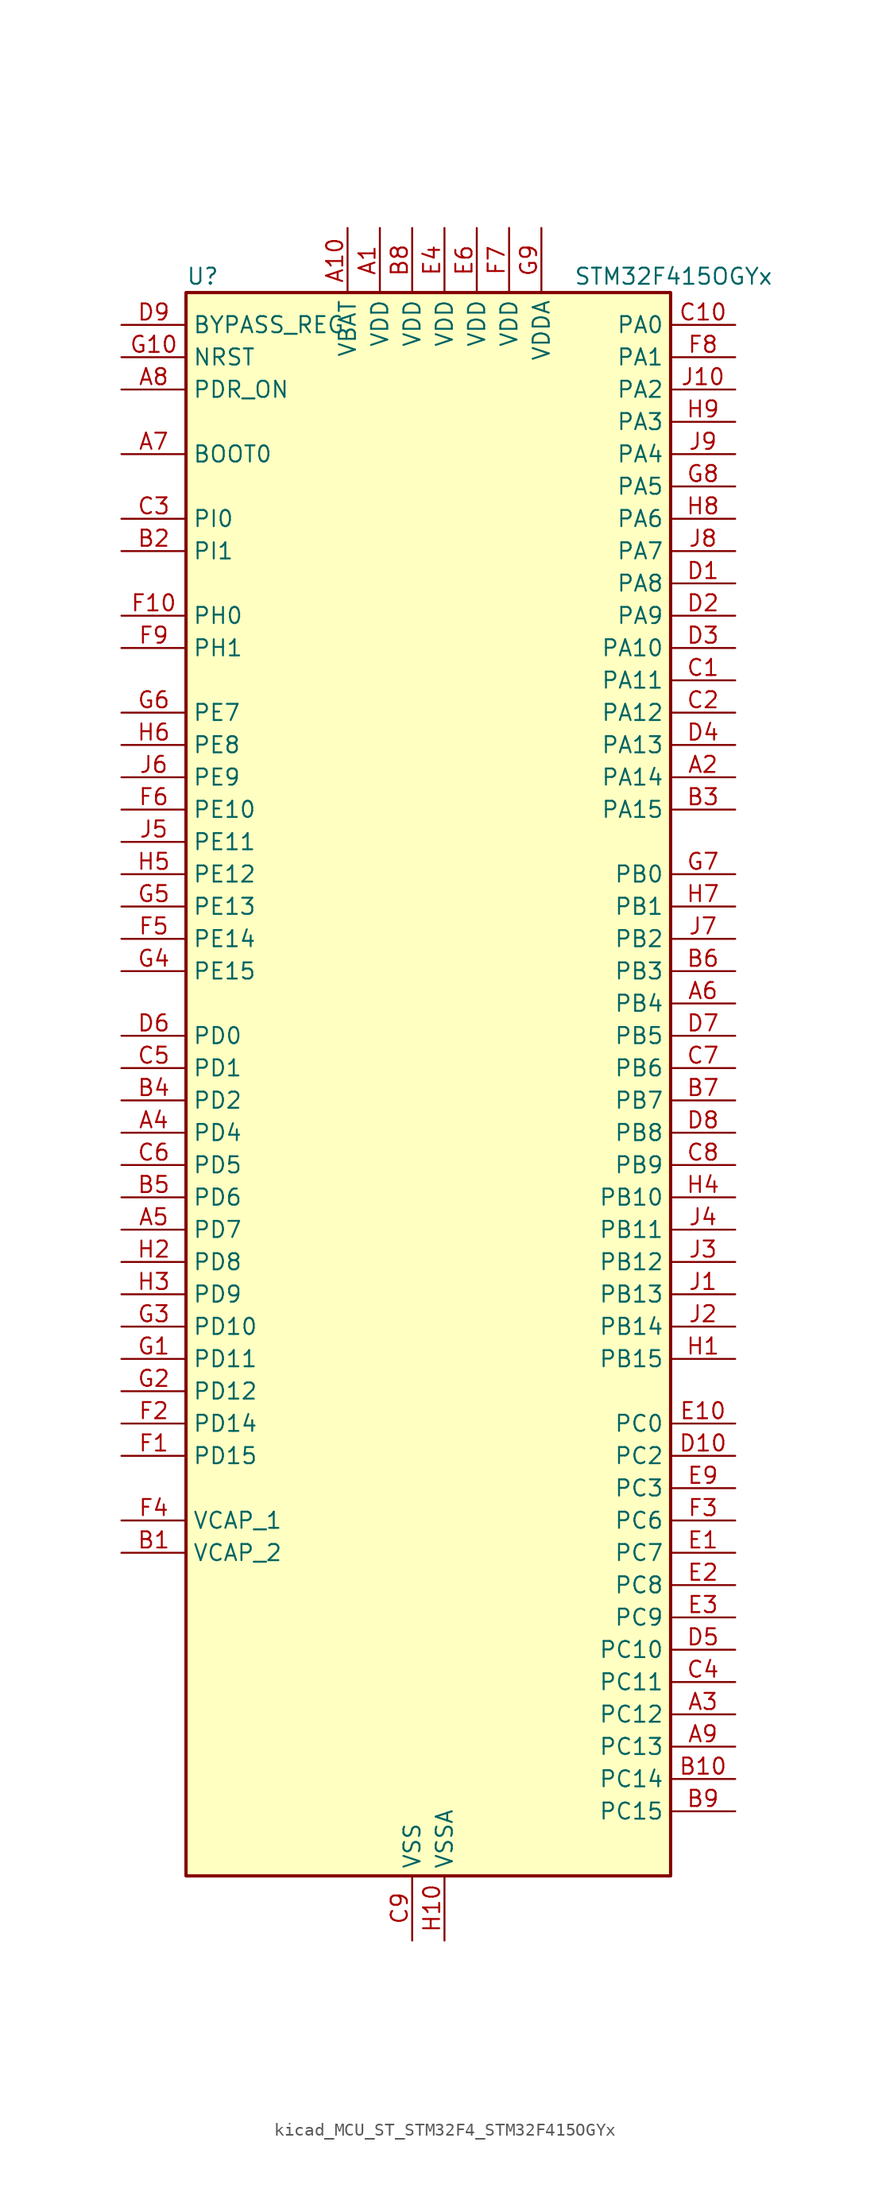
<source format=kicad_sym>
(kicad_symbol_lib
  (version 20220914)
  (generator kicad_symbol_editor)
  (symbol "kicad_MCU_ST_STM32F4_STM32F415OGYx"
    (property "Reference" "U"
      (at -17.78 64.77 0)
      (effects (font (size 1.27 1.27)) (justify left)))
    (property "Value" "STM32F415OGYx"
      (at 12.7 64.77 0)
      (effects (font (size 1.27 1.27)) (justify left)))
    (property "ki_locked" ""
      (at 0 0 0)
      (effects (font (size 1.27 1.27))))
    (symbol "kicad_MCU_ST_STM32F4_STM32F415OGYx_0_1"
      (rectangle (start -17.78 -60.96) (end 20.32 63.5) (stroke (width 0.254) (type default)) (fill (type background))))
    (symbol "kicad_MCU_ST_STM32F4_STM32F415OGYx_1_1"
      (pin power_in line (at -2.54 68.58 270) (length 5.08) (name "VDD" (effects (font (size 1.27 1.27)))) (number "A1" (effects (font (size 1.27 1.27)))))
      (pin power_in line (at -5.08 68.58 270) (length 5.08) (name "VBAT" (effects (font (size 1.27 1.27)))) (number "A10" (effects (font (size 1.27 1.27)))))
      (pin bidirectional line (at 25.4 25.4 180) (length 5.08) (name "PA14" (effects (font (size 1.27 1.27)))) (number "A2" (effects (font (size 1.27 1.27)))) (alternate "SYS_JTCK-SWCLK" bidirectional line))
      (pin bidirectional line (at 25.4 -48.26 180) (length 5.08) (name "PC12" (effects (font (size 1.27 1.27)))) (number "A3" (effects (font (size 1.27 1.27)))) (alternate "I2S3_SD" bidirectional line) (alternate "SDIO_CK" bidirectional line) (alternate "SPI3_MOSI" bidirectional line) (alternate "UART5_TX" bidirectional line) (alternate "USART3_CK" bidirectional line))
      (pin bidirectional line (at -22.86 -2.54 0) (length 5.08) (name "PD4" (effects (font (size 1.27 1.27)))) (number "A4" (effects (font (size 1.27 1.27)))) (alternate "FSMC_NOE" bidirectional line) (alternate "USART2_RTS" bidirectional line))
      (pin bidirectional line (at -22.86 -10.16 0) (length 5.08) (name "PD7" (effects (font (size 1.27 1.27)))) (number "A5" (effects (font (size 1.27 1.27)))) (alternate "FSMC_NCE2" bidirectional line) (alternate "FSMC_NE1" bidirectional line) (alternate "USART2_CK" bidirectional line))
      (pin bidirectional line (at 25.4 7.62 180) (length 5.08) (name "PB4" (effects (font (size 1.27 1.27)))) (number "A6" (effects (font (size 1.27 1.27)))) (alternate "I2S3_ext_SD" bidirectional line) (alternate "SPI1_MISO" bidirectional line) (alternate "SPI3_MISO" bidirectional line) (alternate "SYS_JTRST" bidirectional line) (alternate "TIM3_CH1" bidirectional line))
      (pin input line (at -22.86 50.8 0) (length 5.08) (name "BOOT0" (effects (font (size 1.27 1.27)))) (number "A7" (effects (font (size 1.27 1.27)))))
      (pin input line (at -22.86 55.88 0) (length 5.08) (name "PDR_ON" (effects (font (size 1.27 1.27)))) (number "A8" (effects (font (size 1.27 1.27)))))
      (pin bidirectional line (at 25.4 -50.8 180) (length 5.08) (name "PC13" (effects (font (size 1.27 1.27)))) (number "A9" (effects (font (size 1.27 1.27)))) (alternate "RTC_AF1" bidirectional line))
      (pin power_out line (at -22.86 -35.56 0) (length 5.08) (name "VCAP_2" (effects (font (size 1.27 1.27)))) (number "B1" (effects (font (size 1.27 1.27)))))
      (pin bidirectional line (at 25.4 -53.34 180) (length 5.08) (name "PC14" (effects (font (size 1.27 1.27)))) (number "B10" (effects (font (size 1.27 1.27)))) (alternate "RCC_OSC32_IN" bidirectional line))
      (pin bidirectional line (at -22.86 43.18 0) (length 5.08) (name "PI1" (effects (font (size 1.27 1.27)))) (number "B2" (effects (font (size 1.27 1.27)))) (alternate "I2S2_CK" bidirectional line) (alternate "SPI2_SCK" bidirectional line))
      (pin bidirectional line (at 25.4 22.86 180) (length 5.08) (name "PA15" (effects (font (size 1.27 1.27)))) (number "B3" (effects (font (size 1.27 1.27)))) (alternate "ADC1_EXTI15" bidirectional line) (alternate "ADC2_EXTI15" bidirectional line) (alternate "ADC3_EXTI15" bidirectional line) (alternate "I2S3_WS" bidirectional line) (alternate "SPI1_NSS" bidirectional line) (alternate "SPI3_NSS" bidirectional line) (alternate "SYS_JTDI" bidirectional line) (alternate "TIM2_CH1" bidirectional line) (alternate "TIM2_ETR" bidirectional line))
      (pin bidirectional line (at -22.86 0 0) (length 5.08) (name "PD2" (effects (font (size 1.27 1.27)))) (number "B4" (effects (font (size 1.27 1.27)))) (alternate "SDIO_CMD" bidirectional line) (alternate "TIM3_ETR" bidirectional line) (alternate "UART5_RX" bidirectional line))
      (pin bidirectional line (at -22.86 -7.62 0) (length 5.08) (name "PD6" (effects (font (size 1.27 1.27)))) (number "B5" (effects (font (size 1.27 1.27)))) (alternate "FSMC_NWAIT" bidirectional line) (alternate "USART2_RX" bidirectional line))
      (pin bidirectional line (at 25.4 10.16 180) (length 5.08) (name "PB3" (effects (font (size 1.27 1.27)))) (number "B6" (effects (font (size 1.27 1.27)))) (alternate "I2S3_CK" bidirectional line) (alternate "SPI1_SCK" bidirectional line) (alternate "SPI3_SCK" bidirectional line) (alternate "SYS_JTDO-SWO" bidirectional line) (alternate "TIM2_CH2" bidirectional line))
      (pin bidirectional line (at 25.4 0 180) (length 5.08) (name "PB7" (effects (font (size 1.27 1.27)))) (number "B7" (effects (font (size 1.27 1.27)))) (alternate "FSMC_NL" bidirectional line) (alternate "I2C1_SDA" bidirectional line) (alternate "TIM4_CH2" bidirectional line) (alternate "USART1_RX" bidirectional line))
      (pin power_in line (at 0 68.58 270) (length 5.08) (name "VDD" (effects (font (size 1.27 1.27)))) (number "B8" (effects (font (size 1.27 1.27)))))
      (pin bidirectional line (at 25.4 -55.88 180) (length 5.08) (name "PC15" (effects (font (size 1.27 1.27)))) (number "B9" (effects (font (size 1.27 1.27)))) (alternate "ADC1_EXTI15" bidirectional line) (alternate "ADC2_EXTI15" bidirectional line) (alternate "ADC3_EXTI15" bidirectional line) (alternate "RCC_OSC32_OUT" bidirectional line))
      (pin bidirectional line (at 25.4 33.02 180) (length 5.08) (name "PA11" (effects (font (size 1.27 1.27)))) (number "C1" (effects (font (size 1.27 1.27)))) (alternate "ADC1_EXTI11" bidirectional line) (alternate "ADC2_EXTI11" bidirectional line) (alternate "ADC3_EXTI11" bidirectional line) (alternate "CAN1_RX" bidirectional line) (alternate "TIM1_CH4" bidirectional line) (alternate "USART1_CTS" bidirectional line) (alternate "USB_OTG_FS_DM" bidirectional line))
      (pin bidirectional line (at 25.4 60.96 180) (length 5.08) (name "PA0" (effects (font (size 1.27 1.27)))) (number "C10" (effects (font (size 1.27 1.27)))) (alternate "ADC1_IN0" bidirectional line) (alternate "ADC2_IN0" bidirectional line) (alternate "ADC3_IN0" bidirectional line) (alternate "SYS_WKUP" bidirectional line) (alternate "TIM2_CH1" bidirectional line) (alternate "TIM2_ETR" bidirectional line) (alternate "TIM5_CH1" bidirectional line) (alternate "TIM8_ETR" bidirectional line) (alternate "UART4_TX" bidirectional line) (alternate "USART2_CTS" bidirectional line))
      (pin bidirectional line (at 25.4 30.48 180) (length 5.08) (name "PA12" (effects (font (size 1.27 1.27)))) (number "C2" (effects (font (size 1.27 1.27)))) (alternate "CAN1_TX" bidirectional line) (alternate "TIM1_ETR" bidirectional line) (alternate "USART1_RTS" bidirectional line) (alternate "USB_OTG_FS_DP" bidirectional line))
      (pin bidirectional line (at -22.86 45.72 0) (length 5.08) (name "PI0" (effects (font (size 1.27 1.27)))) (number "C3" (effects (font (size 1.27 1.27)))) (alternate "I2S2_WS" bidirectional line) (alternate "SPI2_NSS" bidirectional line) (alternate "TIM5_CH4" bidirectional line))
      (pin bidirectional line (at 25.4 -45.72 180) (length 5.08) (name "PC11" (effects (font (size 1.27 1.27)))) (number "C4" (effects (font (size 1.27 1.27)))) (alternate "ADC1_EXTI11" bidirectional line) (alternate "ADC2_EXTI11" bidirectional line) (alternate "ADC3_EXTI11" bidirectional line) (alternate "I2S3_ext_SD" bidirectional line) (alternate "SDIO_D3" bidirectional line) (alternate "SPI3_MISO" bidirectional line) (alternate "UART4_RX" bidirectional line) (alternate "USART3_RX" bidirectional line))
      (pin bidirectional line (at -22.86 2.54 0) (length 5.08) (name "PD1" (effects (font (size 1.27 1.27)))) (number "C5" (effects (font (size 1.27 1.27)))) (alternate "CAN1_TX" bidirectional line) (alternate "FSMC_D3" bidirectional line) (alternate "FSMC_DA3" bidirectional line))
      (pin bidirectional line (at -22.86 -5.08 0) (length 5.08) (name "PD5" (effects (font (size 1.27 1.27)))) (number "C6" (effects (font (size 1.27 1.27)))) (alternate "FSMC_NWE" bidirectional line) (alternate "USART2_TX" bidirectional line))
      (pin bidirectional line (at 25.4 2.54 180) (length 5.08) (name "PB6" (effects (font (size 1.27 1.27)))) (number "C7" (effects (font (size 1.27 1.27)))) (alternate "CAN2_TX" bidirectional line) (alternate "I2C1_SCL" bidirectional line) (alternate "TIM4_CH1" bidirectional line) (alternate "USART1_TX" bidirectional line))
      (pin bidirectional line (at 25.4 -5.08 180) (length 5.08) (name "PB9" (effects (font (size 1.27 1.27)))) (number "C8" (effects (font (size 1.27 1.27)))) (alternate "CAN1_TX" bidirectional line) (alternate "DAC_EXTI9" bidirectional line) (alternate "I2C1_SDA" bidirectional line) (alternate "I2S2_WS" bidirectional line) (alternate "SDIO_D5" bidirectional line) (alternate "SPI2_NSS" bidirectional line) (alternate "TIM11_CH1" bidirectional line) (alternate "TIM4_CH4" bidirectional line))
      (pin power_in line (at 0 -66.04 90) (length 5.08) (name "VSS" (effects (font (size 1.27 1.27)))) (number "C9" (effects (font (size 1.27 1.27)))))
      (pin bidirectional line (at 25.4 40.64 180) (length 5.08) (name "PA8" (effects (font (size 1.27 1.27)))) (number "D1" (effects (font (size 1.27 1.27)))) (alternate "I2C3_SCL" bidirectional line) (alternate "RCC_MCO_1" bidirectional line) (alternate "TIM1_CH1" bidirectional line) (alternate "USART1_CK" bidirectional line) (alternate "USB_OTG_FS_SOF" bidirectional line))
      (pin bidirectional line (at 25.4 -27.94 180) (length 5.08) (name "PC2" (effects (font (size 1.27 1.27)))) (number "D10" (effects (font (size 1.27 1.27)))) (alternate "ADC1_IN12" bidirectional line) (alternate "ADC2_IN12" bidirectional line) (alternate "ADC3_IN12" bidirectional line) (alternate "I2S2_ext_SD" bidirectional line) (alternate "SPI2_MISO" bidirectional line) (alternate "USB_OTG_HS_ULPI_DIR" bidirectional line))
      (pin bidirectional line (at 25.4 38.1 180) (length 5.08) (name "PA9" (effects (font (size 1.27 1.27)))) (number "D2" (effects (font (size 1.27 1.27)))) (alternate "DAC_EXTI9" bidirectional line) (alternate "I2C3_SMBA" bidirectional line) (alternate "TIM1_CH2" bidirectional line) (alternate "USART1_TX" bidirectional line) (alternate "USB_OTG_FS_VBUS" bidirectional line))
      (pin bidirectional line (at 25.4 35.56 180) (length 5.08) (name "PA10" (effects (font (size 1.27 1.27)))) (number "D3" (effects (font (size 1.27 1.27)))) (alternate "TIM1_CH3" bidirectional line) (alternate "USART1_RX" bidirectional line) (alternate "USB_OTG_FS_ID" bidirectional line))
      (pin bidirectional line (at 25.4 27.94 180) (length 5.08) (name "PA13" (effects (font (size 1.27 1.27)))) (number "D4" (effects (font (size 1.27 1.27)))) (alternate "SYS_JTMS-SWDIO" bidirectional line))
      (pin bidirectional line (at 25.4 -43.18 180) (length 5.08) (name "PC10" (effects (font (size 1.27 1.27)))) (number "D5" (effects (font (size 1.27 1.27)))) (alternate "I2S3_CK" bidirectional line) (alternate "SDIO_D2" bidirectional line) (alternate "SPI3_SCK" bidirectional line) (alternate "UART4_TX" bidirectional line) (alternate "USART3_TX" bidirectional line))
      (pin bidirectional line (at -22.86 5.08 0) (length 5.08) (name "PD0" (effects (font (size 1.27 1.27)))) (number "D6" (effects (font (size 1.27 1.27)))) (alternate "CAN1_RX" bidirectional line) (alternate "FSMC_D2" bidirectional line) (alternate "FSMC_DA2" bidirectional line))
      (pin bidirectional line (at 25.4 5.08 180) (length 5.08) (name "PB5" (effects (font (size 1.27 1.27)))) (number "D7" (effects (font (size 1.27 1.27)))) (alternate "CAN2_RX" bidirectional line) (alternate "I2C1_SMBA" bidirectional line) (alternate "I2S3_SD" bidirectional line) (alternate "SPI1_MOSI" bidirectional line) (alternate "SPI3_MOSI" bidirectional line) (alternate "TIM3_CH2" bidirectional line) (alternate "USB_OTG_HS_ULPI_D7" bidirectional line))
      (pin bidirectional line (at 25.4 -2.54 180) (length 5.08) (name "PB8" (effects (font (size 1.27 1.27)))) (number "D8" (effects (font (size 1.27 1.27)))) (alternate "CAN1_RX" bidirectional line) (alternate "I2C1_SCL" bidirectional line) (alternate "SDIO_D4" bidirectional line) (alternate "TIM10_CH1" bidirectional line) (alternate "TIM4_CH3" bidirectional line))
      (pin input line (at -22.86 60.96 0) (length 5.08) (name "BYPASS_REG" (effects (font (size 1.27 1.27)))) (number "D9" (effects (font (size 1.27 1.27)))))
      (pin bidirectional line (at 25.4 -35.56 180) (length 5.08) (name "PC7" (effects (font (size 1.27 1.27)))) (number "E1" (effects (font (size 1.27 1.27)))) (alternate "I2S3_MCK" bidirectional line) (alternate "SDIO_D7" bidirectional line) (alternate "TIM3_CH2" bidirectional line) (alternate "TIM8_CH2" bidirectional line) (alternate "USART6_RX" bidirectional line))
      (pin bidirectional line (at 25.4 -25.4 180) (length 5.08) (name "PC0" (effects (font (size 1.27 1.27)))) (number "E10" (effects (font (size 1.27 1.27)))) (alternate "ADC1_IN10" bidirectional line) (alternate "ADC2_IN10" bidirectional line) (alternate "ADC3_IN10" bidirectional line) (alternate "USB_OTG_HS_ULPI_STP" bidirectional line))
      (pin bidirectional line (at 25.4 -38.1 180) (length 5.08) (name "PC8" (effects (font (size 1.27 1.27)))) (number "E2" (effects (font (size 1.27 1.27)))) (alternate "SDIO_D0" bidirectional line) (alternate "TIM3_CH3" bidirectional line) (alternate "TIM8_CH3" bidirectional line) (alternate "USART6_CK" bidirectional line))
      (pin bidirectional line (at 25.4 -40.64 180) (length 5.08) (name "PC9" (effects (font (size 1.27 1.27)))) (number "E3" (effects (font (size 1.27 1.27)))) (alternate "DAC_EXTI9" bidirectional line) (alternate "I2C3_SDA" bidirectional line) (alternate "I2S_CKIN" bidirectional line) (alternate "RCC_MCO_2" bidirectional line) (alternate "SDIO_D1" bidirectional line) (alternate "TIM3_CH4" bidirectional line) (alternate "TIM8_CH4" bidirectional line))
      (pin power_in line (at 2.54 68.58 270) (length 5.08) (name "VDD" (effects (font (size 1.27 1.27)))) (number "E4" (effects (font (size 1.27 1.27)))))
      (pin passive line (at 0 -66.04 90) (length 5.08) hide (name "VSS" (effects (font (size 1.27 1.27)))) (number "E5" (effects (font (size 1.27 1.27)))))
      (pin power_in line (at 5.08 68.58 270) (length 5.08) (name "VDD" (effects (font (size 1.27 1.27)))) (number "E6" (effects (font (size 1.27 1.27)))))
      (pin passive line (at 0 -66.04 90) (length 5.08) hide (name "VSS" (effects (font (size 1.27 1.27)))) (number "E7" (effects (font (size 1.27 1.27)))))
      (pin passive line (at 0 -66.04 90) (length 5.08) hide (name "VSS" (effects (font (size 1.27 1.27)))) (number "E8" (effects (font (size 1.27 1.27)))))
      (pin bidirectional line (at 25.4 -30.48 180) (length 5.08) (name "PC3" (effects (font (size 1.27 1.27)))) (number "E9" (effects (font (size 1.27 1.27)))) (alternate "ADC1_IN13" bidirectional line) (alternate "ADC2_IN13" bidirectional line) (alternate "ADC3_IN13" bidirectional line) (alternate "I2S2_SD" bidirectional line) (alternate "SPI2_MOSI" bidirectional line) (alternate "USB_OTG_HS_ULPI_NXT" bidirectional line))
      (pin bidirectional line (at -22.86 -27.94 0) (length 5.08) (name "PD15" (effects (font (size 1.27 1.27)))) (number "F1" (effects (font (size 1.27 1.27)))) (alternate "ADC1_EXTI15" bidirectional line) (alternate "ADC2_EXTI15" bidirectional line) (alternate "ADC3_EXTI15" bidirectional line) (alternate "FSMC_D1" bidirectional line) (alternate "FSMC_DA1" bidirectional line) (alternate "TIM4_CH4" bidirectional line))
      (pin bidirectional line (at -22.86 38.1 0) (length 5.08) (name "PH0" (effects (font (size 1.27 1.27)))) (number "F10" (effects (font (size 1.27 1.27)))) (alternate "RCC_OSC_IN" bidirectional line))
      (pin bidirectional line (at -22.86 -25.4 0) (length 5.08) (name "PD14" (effects (font (size 1.27 1.27)))) (number "F2" (effects (font (size 1.27 1.27)))) (alternate "FSMC_D0" bidirectional line) (alternate "FSMC_DA0" bidirectional line) (alternate "TIM4_CH3" bidirectional line))
      (pin bidirectional line (at 25.4 -33.02 180) (length 5.08) (name "PC6" (effects (font (size 1.27 1.27)))) (number "F3" (effects (font (size 1.27 1.27)))) (alternate "I2S2_MCK" bidirectional line) (alternate "SDIO_D6" bidirectional line) (alternate "TIM3_CH1" bidirectional line) (alternate "TIM8_CH1" bidirectional line) (alternate "USART6_TX" bidirectional line))
      (pin power_out line (at -22.86 -33.02 0) (length 5.08) (name "VCAP_1" (effects (font (size 1.27 1.27)))) (number "F4" (effects (font (size 1.27 1.27)))))
      (pin bidirectional line (at -22.86 12.7 0) (length 5.08) (name "PE14" (effects (font (size 1.27 1.27)))) (number "F5" (effects (font (size 1.27 1.27)))) (alternate "FSMC_D11" bidirectional line) (alternate "FSMC_DA11" bidirectional line) (alternate "TIM1_CH4" bidirectional line))
      (pin bidirectional line (at -22.86 22.86 0) (length 5.08) (name "PE10" (effects (font (size 1.27 1.27)))) (number "F6" (effects (font (size 1.27 1.27)))) (alternate "FSMC_D7" bidirectional line) (alternate "FSMC_DA7" bidirectional line) (alternate "TIM1_CH2N" bidirectional line))
      (pin power_in line (at 7.62 68.58 270) (length 5.08) (name "VDD" (effects (font (size 1.27 1.27)))) (number "F7" (effects (font (size 1.27 1.27)))))
      (pin bidirectional line (at 25.4 58.42 180) (length 5.08) (name "PA1" (effects (font (size 1.27 1.27)))) (number "F8" (effects (font (size 1.27 1.27)))) (alternate "ADC1_IN1" bidirectional line) (alternate "ADC2_IN1" bidirectional line) (alternate "ADC3_IN1" bidirectional line) (alternate "TIM2_CH2" bidirectional line) (alternate "TIM5_CH2" bidirectional line) (alternate "UART4_RX" bidirectional line) (alternate "USART2_RTS" bidirectional line))
      (pin bidirectional line (at -22.86 35.56 0) (length 5.08) (name "PH1" (effects (font (size 1.27 1.27)))) (number "F9" (effects (font (size 1.27 1.27)))) (alternate "RCC_OSC_OUT" bidirectional line))
      (pin bidirectional line (at -22.86 -20.32 0) (length 5.08) (name "PD11" (effects (font (size 1.27 1.27)))) (number "G1" (effects (font (size 1.27 1.27)))) (alternate "ADC1_EXTI11" bidirectional line) (alternate "ADC2_EXTI11" bidirectional line) (alternate "ADC3_EXTI11" bidirectional line) (alternate "FSMC_A16" bidirectional line) (alternate "FSMC_CLE" bidirectional line) (alternate "USART3_CTS" bidirectional line))
      (pin input line (at -22.86 58.42 0) (length 5.08) (name "NRST" (effects (font (size 1.27 1.27)))) (number "G10" (effects (font (size 1.27 1.27)))))
      (pin bidirectional line (at -22.86 -22.86 0) (length 5.08) (name "PD12" (effects (font (size 1.27 1.27)))) (number "G2" (effects (font (size 1.27 1.27)))) (alternate "FSMC_A17" bidirectional line) (alternate "FSMC_ALE" bidirectional line) (alternate "TIM4_CH1" bidirectional line) (alternate "USART3_RTS" bidirectional line))
      (pin bidirectional line (at -22.86 -17.78 0) (length 5.08) (name "PD10" (effects (font (size 1.27 1.27)))) (number "G3" (effects (font (size 1.27 1.27)))) (alternate "FSMC_D15" bidirectional line) (alternate "FSMC_DA15" bidirectional line) (alternate "USART3_CK" bidirectional line))
      (pin bidirectional line (at -22.86 10.16 0) (length 5.08) (name "PE15" (effects (font (size 1.27 1.27)))) (number "G4" (effects (font (size 1.27 1.27)))) (alternate "ADC1_EXTI15" bidirectional line) (alternate "ADC2_EXTI15" bidirectional line) (alternate "ADC3_EXTI15" bidirectional line) (alternate "FSMC_D12" bidirectional line) (alternate "FSMC_DA12" bidirectional line) (alternate "TIM1_BKIN" bidirectional line))
      (pin bidirectional line (at -22.86 15.24 0) (length 5.08) (name "PE13" (effects (font (size 1.27 1.27)))) (number "G5" (effects (font (size 1.27 1.27)))) (alternate "FSMC_D10" bidirectional line) (alternate "FSMC_DA10" bidirectional line) (alternate "TIM1_CH3" bidirectional line))
      (pin bidirectional line (at -22.86 30.48 0) (length 5.08) (name "PE7" (effects (font (size 1.27 1.27)))) (number "G6" (effects (font (size 1.27 1.27)))) (alternate "FSMC_D4" bidirectional line) (alternate "FSMC_DA4" bidirectional line) (alternate "TIM1_ETR" bidirectional line))
      (pin bidirectional line (at 25.4 17.78 180) (length 5.08) (name "PB0" (effects (font (size 1.27 1.27)))) (number "G7" (effects (font (size 1.27 1.27)))) (alternate "ADC1_IN8" bidirectional line) (alternate "ADC2_IN8" bidirectional line) (alternate "TIM1_CH2N" bidirectional line) (alternate "TIM3_CH3" bidirectional line) (alternate "TIM8_CH2N" bidirectional line) (alternate "USB_OTG_HS_ULPI_D1" bidirectional line))
      (pin bidirectional line (at 25.4 48.26 180) (length 5.08) (name "PA5" (effects (font (size 1.27 1.27)))) (number "G8" (effects (font (size 1.27 1.27)))) (alternate "ADC1_IN5" bidirectional line) (alternate "ADC2_IN5" bidirectional line) (alternate "DAC_OUT2" bidirectional line) (alternate "SPI1_SCK" bidirectional line) (alternate "TIM2_CH1" bidirectional line) (alternate "TIM2_ETR" bidirectional line) (alternate "TIM8_CH1N" bidirectional line) (alternate "USB_OTG_HS_ULPI_CK" bidirectional line))
      (pin power_in line (at 10.16 68.58 270) (length 5.08) (name "VDDA" (effects (font (size 1.27 1.27)))) (number "G9" (effects (font (size 1.27 1.27)))))
      (pin bidirectional line (at 25.4 -20.32 180) (length 5.08) (name "PB15" (effects (font (size 1.27 1.27)))) (number "H1" (effects (font (size 1.27 1.27)))) (alternate "ADC1_EXTI15" bidirectional line) (alternate "ADC2_EXTI15" bidirectional line) (alternate "ADC3_EXTI15" bidirectional line) (alternate "I2S2_SD" bidirectional line) (alternate "RTC_REFIN" bidirectional line) (alternate "SPI2_MOSI" bidirectional line) (alternate "TIM12_CH2" bidirectional line) (alternate "TIM1_CH3N" bidirectional line) (alternate "TIM8_CH3N" bidirectional line) (alternate "USB_OTG_HS_DP" bidirectional line))
      (pin power_in line (at 2.54 -66.04 90) (length 5.08) (name "VSSA" (effects (font (size 1.27 1.27)))) (number "H10" (effects (font (size 1.27 1.27)))))
      (pin bidirectional line (at -22.86 -12.7 0) (length 5.08) (name "PD8" (effects (font (size 1.27 1.27)))) (number "H2" (effects (font (size 1.27 1.27)))) (alternate "FSMC_D13" bidirectional line) (alternate "FSMC_DA13" bidirectional line) (alternate "USART3_TX" bidirectional line))
      (pin bidirectional line (at -22.86 -15.24 0) (length 5.08) (name "PD9" (effects (font (size 1.27 1.27)))) (number "H3" (effects (font (size 1.27 1.27)))) (alternate "DAC_EXTI9" bidirectional line) (alternate "FSMC_D14" bidirectional line) (alternate "FSMC_DA14" bidirectional line) (alternate "USART3_RX" bidirectional line))
      (pin bidirectional line (at 25.4 -7.62 180) (length 5.08) (name "PB10" (effects (font (size 1.27 1.27)))) (number "H4" (effects (font (size 1.27 1.27)))) (alternate "I2C2_SCL" bidirectional line) (alternate "I2S2_CK" bidirectional line) (alternate "SPI2_SCK" bidirectional line) (alternate "TIM2_CH3" bidirectional line) (alternate "USART3_TX" bidirectional line) (alternate "USB_OTG_HS_ULPI_D3" bidirectional line))
      (pin bidirectional line (at -22.86 17.78 0) (length 5.08) (name "PE12" (effects (font (size 1.27 1.27)))) (number "H5" (effects (font (size 1.27 1.27)))) (alternate "FSMC_D9" bidirectional line) (alternate "FSMC_DA9" bidirectional line) (alternate "TIM1_CH3N" bidirectional line))
      (pin bidirectional line (at -22.86 27.94 0) (length 5.08) (name "PE8" (effects (font (size 1.27 1.27)))) (number "H6" (effects (font (size 1.27 1.27)))) (alternate "FSMC_D5" bidirectional line) (alternate "FSMC_DA5" bidirectional line) (alternate "TIM1_CH1N" bidirectional line))
      (pin bidirectional line (at 25.4 15.24 180) (length 5.08) (name "PB1" (effects (font (size 1.27 1.27)))) (number "H7" (effects (font (size 1.27 1.27)))) (alternate "ADC1_IN9" bidirectional line) (alternate "ADC2_IN9" bidirectional line) (alternate "TIM1_CH3N" bidirectional line) (alternate "TIM3_CH4" bidirectional line) (alternate "TIM8_CH3N" bidirectional line) (alternate "USB_OTG_HS_ULPI_D2" bidirectional line))
      (pin bidirectional line (at 25.4 45.72 180) (length 5.08) (name "PA6" (effects (font (size 1.27 1.27)))) (number "H8" (effects (font (size 1.27 1.27)))) (alternate "ADC1_IN6" bidirectional line) (alternate "ADC2_IN6" bidirectional line) (alternate "SPI1_MISO" bidirectional line) (alternate "TIM13_CH1" bidirectional line) (alternate "TIM1_BKIN" bidirectional line) (alternate "TIM3_CH1" bidirectional line) (alternate "TIM8_BKIN" bidirectional line))
      (pin bidirectional line (at 25.4 53.34 180) (length 5.08) (name "PA3" (effects (font (size 1.27 1.27)))) (number "H9" (effects (font (size 1.27 1.27)))) (alternate "ADC1_IN3" bidirectional line) (alternate "ADC2_IN3" bidirectional line) (alternate "ADC3_IN3" bidirectional line) (alternate "TIM2_CH4" bidirectional line) (alternate "TIM5_CH4" bidirectional line) (alternate "TIM9_CH2" bidirectional line) (alternate "USART2_RX" bidirectional line) (alternate "USB_OTG_HS_ULPI_D0" bidirectional line))
      (pin bidirectional line (at 25.4 -15.24 180) (length 5.08) (name "PB13" (effects (font (size 1.27 1.27)))) (number "J1" (effects (font (size 1.27 1.27)))) (alternate "CAN2_TX" bidirectional line) (alternate "I2S2_CK" bidirectional line) (alternate "SPI2_SCK" bidirectional line) (alternate "TIM1_CH1N" bidirectional line) (alternate "USART3_CTS" bidirectional line) (alternate "USB_OTG_HS_ULPI_D6" bidirectional line) (alternate "USB_OTG_HS_VBUS" bidirectional line))
      (pin bidirectional line (at 25.4 55.88 180) (length 5.08) (name "PA2" (effects (font (size 1.27 1.27)))) (number "J10" (effects (font (size 1.27 1.27)))) (alternate "ADC1_IN2" bidirectional line) (alternate "ADC2_IN2" bidirectional line) (alternate "ADC3_IN2" bidirectional line) (alternate "TIM2_CH3" bidirectional line) (alternate "TIM5_CH3" bidirectional line) (alternate "TIM9_CH1" bidirectional line) (alternate "USART2_TX" bidirectional line))
      (pin bidirectional line (at 25.4 -17.78 180) (length 5.08) (name "PB14" (effects (font (size 1.27 1.27)))) (number "J2" (effects (font (size 1.27 1.27)))) (alternate "I2S2_ext_SD" bidirectional line) (alternate "SPI2_MISO" bidirectional line) (alternate "TIM12_CH1" bidirectional line) (alternate "TIM1_CH2N" bidirectional line) (alternate "TIM8_CH2N" bidirectional line) (alternate "USART3_RTS" bidirectional line) (alternate "USB_OTG_HS_DM" bidirectional line))
      (pin bidirectional line (at 25.4 -12.7 180) (length 5.08) (name "PB12" (effects (font (size 1.27 1.27)))) (number "J3" (effects (font (size 1.27 1.27)))) (alternate "CAN2_RX" bidirectional line) (alternate "I2C2_SMBA" bidirectional line) (alternate "I2S2_WS" bidirectional line) (alternate "SPI2_NSS" bidirectional line) (alternate "TIM1_BKIN" bidirectional line) (alternate "USART3_CK" bidirectional line) (alternate "USB_OTG_HS_ID" bidirectional line) (alternate "USB_OTG_HS_ULPI_D5" bidirectional line))
      (pin bidirectional line (at 25.4 -10.16 180) (length 5.08) (name "PB11" (effects (font (size 1.27 1.27)))) (number "J4" (effects (font (size 1.27 1.27)))) (alternate "ADC1_EXTI11" bidirectional line) (alternate "ADC2_EXTI11" bidirectional line) (alternate "ADC3_EXTI11" bidirectional line) (alternate "I2C2_SDA" bidirectional line) (alternate "TIM2_CH4" bidirectional line) (alternate "USART3_RX" bidirectional line) (alternate "USB_OTG_HS_ULPI_D4" bidirectional line))
      (pin bidirectional line (at -22.86 20.32 0) (length 5.08) (name "PE11" (effects (font (size 1.27 1.27)))) (number "J5" (effects (font (size 1.27 1.27)))) (alternate "ADC1_EXTI11" bidirectional line) (alternate "ADC2_EXTI11" bidirectional line) (alternate "ADC3_EXTI11" bidirectional line) (alternate "FSMC_D8" bidirectional line) (alternate "FSMC_DA8" bidirectional line) (alternate "TIM1_CH2" bidirectional line))
      (pin bidirectional line (at -22.86 25.4 0) (length 5.08) (name "PE9" (effects (font (size 1.27 1.27)))) (number "J6" (effects (font (size 1.27 1.27)))) (alternate "DAC_EXTI9" bidirectional line) (alternate "FSMC_D6" bidirectional line) (alternate "FSMC_DA6" bidirectional line) (alternate "TIM1_CH1" bidirectional line))
      (pin bidirectional line (at 25.4 12.7 180) (length 5.08) (name "PB2" (effects (font (size 1.27 1.27)))) (number "J7" (effects (font (size 1.27 1.27)))))
      (pin bidirectional line (at 25.4 43.18 180) (length 5.08) (name "PA7" (effects (font (size 1.27 1.27)))) (number "J8" (effects (font (size 1.27 1.27)))) (alternate "ADC1_IN7" bidirectional line) (alternate "ADC2_IN7" bidirectional line) (alternate "SPI1_MOSI" bidirectional line) (alternate "TIM14_CH1" bidirectional line) (alternate "TIM1_CH1N" bidirectional line) (alternate "TIM3_CH2" bidirectional line) (alternate "TIM8_CH1N" bidirectional line))
      (pin bidirectional line (at 25.4 50.8 180) (length 5.08) (name "PA4" (effects (font (size 1.27 1.27)))) (number "J9" (effects (font (size 1.27 1.27)))) (alternate "ADC1_IN4" bidirectional line) (alternate "ADC2_IN4" bidirectional line) (alternate "DAC_OUT1" bidirectional line) (alternate "I2S3_WS" bidirectional line) (alternate "SPI1_NSS" bidirectional line) (alternate "SPI3_NSS" bidirectional line) (alternate "USART2_CK" bidirectional line) (alternate "USB_OTG_HS_SOF" bidirectional line)))))
</source>
